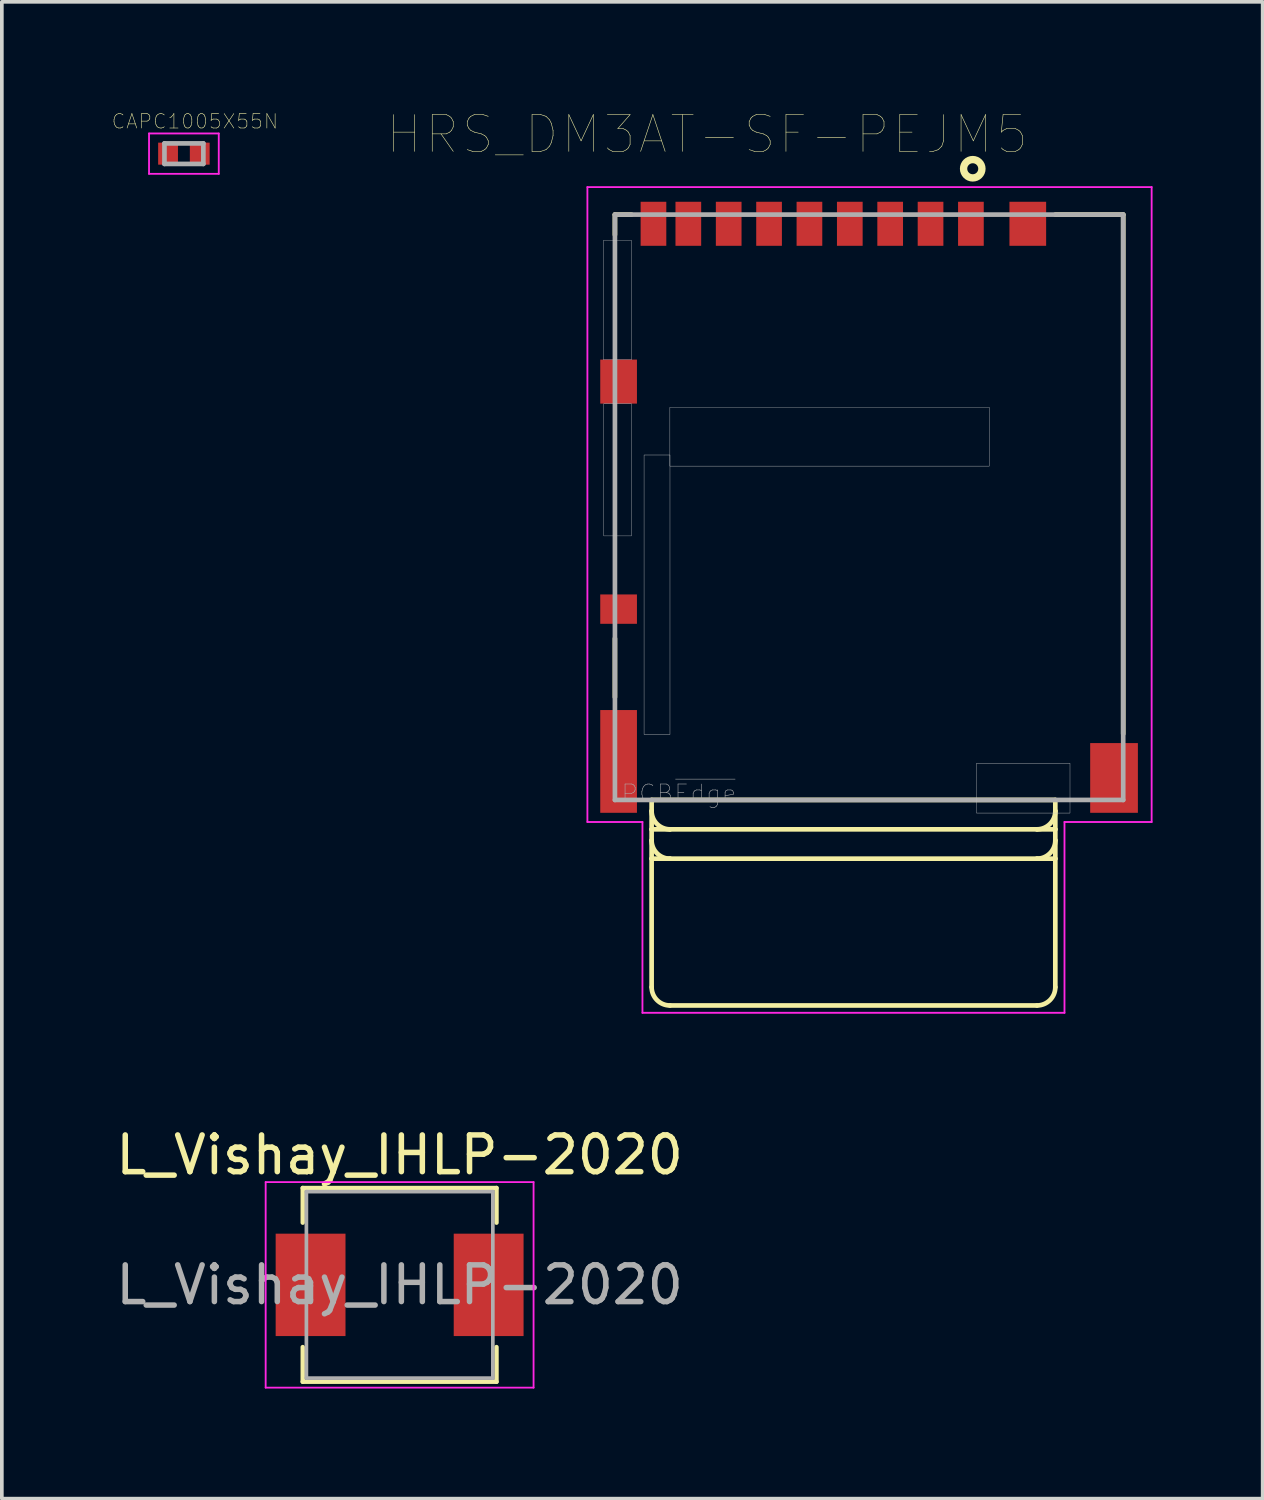
<source format=kicad_pcb>
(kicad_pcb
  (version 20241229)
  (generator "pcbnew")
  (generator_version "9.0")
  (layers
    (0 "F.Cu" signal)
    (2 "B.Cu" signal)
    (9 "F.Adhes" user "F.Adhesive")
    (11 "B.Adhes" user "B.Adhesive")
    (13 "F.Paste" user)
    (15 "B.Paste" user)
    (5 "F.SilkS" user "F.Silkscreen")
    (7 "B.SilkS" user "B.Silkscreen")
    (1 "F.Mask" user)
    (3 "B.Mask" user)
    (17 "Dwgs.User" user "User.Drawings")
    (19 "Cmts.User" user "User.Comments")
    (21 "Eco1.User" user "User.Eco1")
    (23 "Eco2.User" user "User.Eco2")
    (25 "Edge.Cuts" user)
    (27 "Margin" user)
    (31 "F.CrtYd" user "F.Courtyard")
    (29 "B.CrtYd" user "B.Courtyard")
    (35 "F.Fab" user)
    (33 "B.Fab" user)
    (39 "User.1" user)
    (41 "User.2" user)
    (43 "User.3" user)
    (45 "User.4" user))
  (footprint "HRS_DM3AT-SF-PEJM5"
    (layer "F.Cu")
    (at 20.206 3.048)
    (property "Reference" "HRS_DM3AT-SF-PEJM5" (at -3.987 -2.436 0) (layer "F.SilkS") (effects (font (size 1.002 1.002) (thickness 0.015))))
    (attr through_hole)
    (fp_line (start -6.5 -0.25) (end -6.5 0.3) (stroke (width 0.127) (type solid)) (layer "F.SilkS"))
    (fp_line (start -6.5 12.9) (end -6.5 11.3) (stroke (width 0.127) (type solid)) (layer "F.SilkS"))
    (fp_line (start -6.05 -0.25) (end -6.5 -0.25) (stroke (width 0.127) (type solid)) (layer "F.SilkS"))
    (fp_line (start -5.5 15.7) (end -5.5 16) (stroke (width 0.127) (type solid)) (layer "F.SilkS"))
    (fp_line (start -5.5 15.7) (end 5.5 15.7) (stroke (width 0.127) (type solid)) (layer "F.SilkS"))
    (fp_line (start -5.5 16.5) (end -5.5 16) (stroke (width 0.127) (type solid)) (layer "F.SilkS"))
    (fp_line (start -5.5 16.5) (end -5.5 16.8) (stroke (width 0.127) (type solid)) (layer "F.SilkS"))
    (fp_line (start -5.5 17.3) (end -5.5 16.8) (stroke (width 0.127) (type solid)) (layer "F.SilkS"))
    (fp_line (start -5.5 17.3) (end -5.5 20.8) (stroke (width 0.127) (type solid)) (layer "F.SilkS"))
    (fp_line (start -5 16.5) (end -5.5 16.5) (stroke (width 0.127) (type solid)) (layer "F.SilkS"))
    (fp_line (start -5 17.3) (end -5.5 17.3) (stroke (width 0.127) (type solid)) (layer "F.SilkS"))
    (fp_line (start 5 16.5) (end -5 16.5) (stroke (width 0.127) (type solid)) (layer "F.SilkS"))
    (fp_line (start 5 17.3) (end -5 17.3) (stroke (width 0.127) (type solid)) (layer "F.SilkS"))
    (fp_line (start 5 21.3) (end -5 21.3) (stroke (width 0.127) (type solid)) (layer "F.SilkS"))
    (fp_line (start 5.5 -0.25) (end 7.35 -0.25) (stroke (width 0.127) (type solid)) (layer "F.SilkS"))
    (fp_line (start 5.5 15.7) (end 5.5 16) (stroke (width 0.127) (type solid)) (layer "F.SilkS"))
    (fp_line (start 5.5 16) (end 5.5 16.5) (stroke (width 0.127) (type solid)) (layer "F.SilkS"))
    (fp_line (start 5.5 16.5) (end 5 16.5) (stroke (width 0.127) (type solid)) (layer "F.SilkS"))
    (fp_line (start 5.5 16.5) (end 5.5 16.8) (stroke (width 0.127) (type solid)) (layer "F.SilkS"))
    (fp_line (start 5.5 16.8) (end 5.5 17.3) (stroke (width 0.127) (type solid)) (layer "F.SilkS"))
    (fp_line (start 5.5 17.3) (end 5 17.3) (stroke (width 0.127) (type solid)) (layer "F.SilkS"))
    (fp_line (start 5.5 17.3) (end 5.5 20.8) (stroke (width 0.127) (type solid)) (layer "F.SilkS"))
    (fp_line (start 7.35 -0.25) (end 7.35 13.9) (stroke (width 0.127) (type solid)) (layer "F.SilkS"))
    (fp_arc (start -5 16.5) (mid -5.353553 16.353553) (end -5.5 16) (stroke (width 0.127) (type solid)) (layer "F.SilkS"))
    (fp_arc (start -5 17.3) (mid -5.353553 17.153553) (end -5.5 16.8) (stroke (width 0.127) (type solid)) (layer "F.SilkS"))
    (fp_arc (start -5 21.3) (mid -5.353553 21.153553) (end -5.5 20.8) (stroke (width 0.127) (type solid)) (layer "F.SilkS"))
    (fp_arc (start 5.5 16) (mid 5.353553 16.353553) (end 5 16.5) (stroke (width 0.127) (type solid)) (layer "F.SilkS"))
    (fp_arc (start 5.5 16.8) (mid 5.353553 17.153553) (end 5 17.3) (stroke (width 0.127) (type solid)) (layer "F.SilkS"))
    (fp_arc (start 5.5 20.8) (mid 5.353553 21.153553) (end 5 21.3) (stroke (width 0.127) (type solid)) (layer "F.SilkS"))
    (fp_circle (center 3.25 -1.5) (end 3.5 -1.5) (stroke (width 0.2) (type solid)) (fill no) (layer "F.SilkS"))
    (fp_poly (pts (xy -6.813 0.45) (xy -6.05 0.45) (xy -6.05 3.707) (xy -6.813 3.707)) (stroke (width 0.01) (type solid)) (fill no) (layer "Dwgs.User"))
    (fp_poly (pts (xy -6.804 4.9) (xy -6.05 4.9) (xy -6.05 8.505) (xy -6.804 8.505)) (stroke (width 0.01) (type solid)) (fill no) (layer "Dwgs.User"))
    (fp_poly (pts (xy -5.706 6.3) (xy -5 6.3) (xy -5 13.915) (xy -5.706 13.915)) (stroke (width 0.01) (type solid)) (fill no) (layer "Dwgs.User"))
    (fp_poly (pts (xy -5.003 5) (xy 3.7 5) (xy 3.7 6.604) (xy -5.003 6.604)) (stroke (width 0.01) (type solid)) (fill no) (layer "Dwgs.User"))
    (fp_poly (pts (xy 3.352 14.7) (xy 5.9 14.7) (xy 5.9 16.057) (xy 3.352 16.057)) (stroke (width 0.01) (type solid)) (fill no) (layer "Dwgs.User"))
    (fp_line (start -7.25 -1) (end 8.125 -1) (stroke (width 0.05) (type solid)) (layer "F.CrtYd"))
    (fp_line (start -7.25 16.3) (end -7.25 -1) (stroke (width 0.05) (type solid)) (layer "F.CrtYd"))
    (fp_line (start -5.75 16.3) (end -7.25 16.3) (stroke (width 0.05) (type solid)) (layer "F.CrtYd"))
    (fp_line (start -5.75 21.5) (end -5.75 16.3) (stroke (width 0.05) (type solid)) (layer "F.CrtYd"))
    (fp_line (start 5.75 16.3) (end 5.75 21.5) (stroke (width 0.05) (type solid)) (layer "F.CrtYd"))
    (fp_line (start 5.75 21.5) (end -5.75 21.5) (stroke (width 0.05) (type solid)) (layer "F.CrtYd"))
    (fp_line (start 8.125 -1) (end 8.125 16.3) (stroke (width 0.05) (type solid)) (layer "F.CrtYd"))
    (fp_line (start 8.125 16.3) (end 5.75 16.3) (stroke (width 0.05) (type solid)) (layer "F.CrtYd"))
    (fp_line (start -6.5 -0.25) (end 7.35 -0.25) (stroke (width 0.127) (type solid)) (layer "F.Fab"))
    (fp_line (start -6.5 15.7) (end -6.5 -0.25) (stroke (width 0.127) (type solid)) (layer "F.Fab"))
    (fp_line (start 7.35 -0.25) (end 7.35 15.7) (stroke (width 0.127) (type solid)) (layer "F.Fab"))
    (fp_line (start 7.35 15.7) (end -6.5 15.7) (stroke (width 0.127) (type solid)) (layer "F.Fab"))
    (fp_text user "PCB~{Edge}" (at -4.758 15.525 0) (layer "F.Fab") (effects (font (size 0.481 0.481) (thickness 0.015))))
    (pad "1" smd rect (at 3.2 0) (size 0.7 1.2) (layers "F.Cu" "F.Mask" "F.Paste"))
    (pad "2" smd rect (at 2.1 0) (size 0.7 1.2) (layers "F.Cu" "F.Mask" "F.Paste"))
    (pad "3" smd rect (at 1 0) (size 0.7 1.2) (layers "F.Cu" "F.Mask" "F.Paste"))
    (pad "4" smd rect (at -0.1 0) (size 0.7 1.2) (layers "F.Cu" "F.Mask" "F.Paste"))
    (pad "5" smd rect (at -1.2 0) (size 0.7 1.2) (layers "F.Cu" "F.Mask" "F.Paste"))
    (pad "6" smd rect (at -2.3 0) (size 0.7 1.2) (layers "F.Cu" "F.Mask" "F.Paste"))
    (pad "7" smd rect (at -3.4 0) (size 0.7 1.2) (layers "F.Cu" "F.Mask" "F.Paste"))
    (pad "8" smd rect (at -4.5 0) (size 0.7 1.2) (layers "F.Cu" "F.Mask" "F.Paste"))
    (pad "P1" smd rect (at -6.4 4.3) (size 1 1.2) (layers "F.Cu" "F.Mask" "F.Paste"))
    (pad "P2" smd rect (at -6.4 14.65) (size 1 2.8) (layers "F.Cu" "F.Mask" "F.Paste"))
    (pad "P3" smd rect (at 7.1 15.1) (size 1.3 1.9) (layers "F.Cu" "F.Mask" "F.Paste"))
    (pad "P4" smd rect (at 4.75 0) (size 1 1.2) (layers "F.Cu" "F.Mask" "F.Paste"))
    (pad "SWA" smd rect (at -6.4 10.5) (size 1 0.8) (layers "F.Cu" "F.Mask" "F.Paste"))
    (pad "SWB" smd rect (at -5.45 0) (size 0.7 1.2) (layers "F.Cu" "F.Mask" "F.Paste")))
  (footprint "CAPC1005X55N"
    (layer "F.Cu")
    (at 1.961 1.137)
    (property "Reference" "CAPC1005X55N" (at 0.3 -0.88 0) (layer "F.SilkS") (effects (font (size 0.394 0.394) (thickness 0.015))))
    (attr through_hole)
    (fp_line (start -0.95 -0.55) (end 0.95 -0.55) (stroke (width 0.05) (type solid)) (layer "F.CrtYd"))
    (fp_line (start -0.95 0.55) (end -0.95 -0.55) (stroke (width 0.05) (type solid)) (layer "F.CrtYd"))
    (fp_line (start -0.95 0.55) (end 0.95 0.55) (stroke (width 0.05) (type solid)) (layer "F.CrtYd"))
    (fp_line (start 0.95 0.55) (end 0.95 -0.55) (stroke (width 0.05) (type solid)) (layer "F.CrtYd"))
    (fp_line (start -0.53 0.28) (end -0.53 -0.28) (stroke (width 0.127) (type solid)) (layer "F.Fab"))
    (fp_line (start 0.53 -0.28) (end -0.53 -0.28) (stroke (width 0.127) (type solid)) (layer "F.Fab"))
    (fp_line (start 0.53 0.28) (end -0.53 0.28) (stroke (width 0.127) (type solid)) (layer "F.Fab"))
    (fp_line (start 0.53 0.28) (end 0.53 -0.28) (stroke (width 0.127) (type solid)) (layer "F.Fab"))
    (pad "1" smd rect (at -0.432 0) (size 0.54 0.6) (layers "F.Cu" "F.Mask" "F.Paste"))
    (pad "2" smd rect (at 0.432 0) (size 0.54 0.6) (layers "F.Cu" "F.Mask" "F.Paste")))
  (footprint "L_Vishay_IHLP-2020"
    (layer "F.Cu")
    (at 7.839 31.961)
    (property "Reference" "L_Vishay_IHLP-2020" (at 0 -3.54 0) (layer "F.SilkS") (effects (font (size 1 1) (thickness 0.15))))
    (attr smd)
    (fp_line (start -2.64 -2.64) (end 2.64 -2.64) (stroke (width 0.12) (type solid)) (layer "F.SilkS"))
    (fp_line (start -2.64 -1.695) (end -2.64 -2.64) (stroke (width 0.12) (type solid)) (layer "F.SilkS"))
    (fp_line (start -2.64 1.695) (end -2.64 2.64) (stroke (width 0.12) (type solid)) (layer "F.SilkS"))
    (fp_line (start -2.64 2.64) (end 2.64 2.64) (stroke (width 0.12) (type solid)) (layer "F.SilkS"))
    (fp_line (start 2.64 -2.64) (end 2.64 -1.695) (stroke (width 0.12) (type solid)) (layer "F.SilkS"))
    (fp_line (start 2.64 2.64) (end 2.64 1.695) (stroke (width 0.12) (type solid)) (layer "F.SilkS"))
    (fp_line (start -3.65 -2.8) (end -3.65 2.8) (stroke (width 0.05) (type solid)) (layer "F.CrtYd"))
    (fp_line (start -3.65 2.8) (end 3.65 2.8) (stroke (width 0.05) (type solid)) (layer "F.CrtYd"))
    (fp_line (start 3.65 -2.8) (end -3.65 -2.8) (stroke (width 0.05) (type solid)) (layer "F.CrtYd"))
    (fp_line (start 3.65 2.8) (end 3.65 -2.8) (stroke (width 0.05) (type solid)) (layer "F.CrtYd"))
    (fp_line (start -2.54 -2.54) (end -2.54 2.54) (stroke (width 0.1) (type solid)) (layer "F.Fab"))
    (fp_line (start -2.54 2.54) (end 2.54 2.54) (stroke (width 0.1) (type solid)) (layer "F.Fab"))
    (fp_line (start 2.54 -2.54) (end -2.54 -2.54) (stroke (width 0.1) (type solid)) (layer "F.Fab"))
    (fp_line (start 2.54 2.54) (end 2.54 -2.54) (stroke (width 0.1) (type solid)) (layer "F.Fab"))
    (fp_text user "${REFERENCE}" (at 0 0 0) (layer "F.Fab") (effects (font (size 1 1) (thickness 0.15))))
    (pad "1" smd rect (at -2.426 0) (size 1.903 2.79) (layers "F.Cu" "F.Mask" "F.Paste"))
    (pad "2" smd rect (at 2.426 0) (size 1.903 2.79) (layers "F.Cu" "F.Mask" "F.Paste")))
  (gr_rect
    (start -3 -3)
    (end 31.356 37.786)
    (stroke (width 0.1) (type default))
    (fill no)
    (layer "Edge.Cuts")))
</source>
